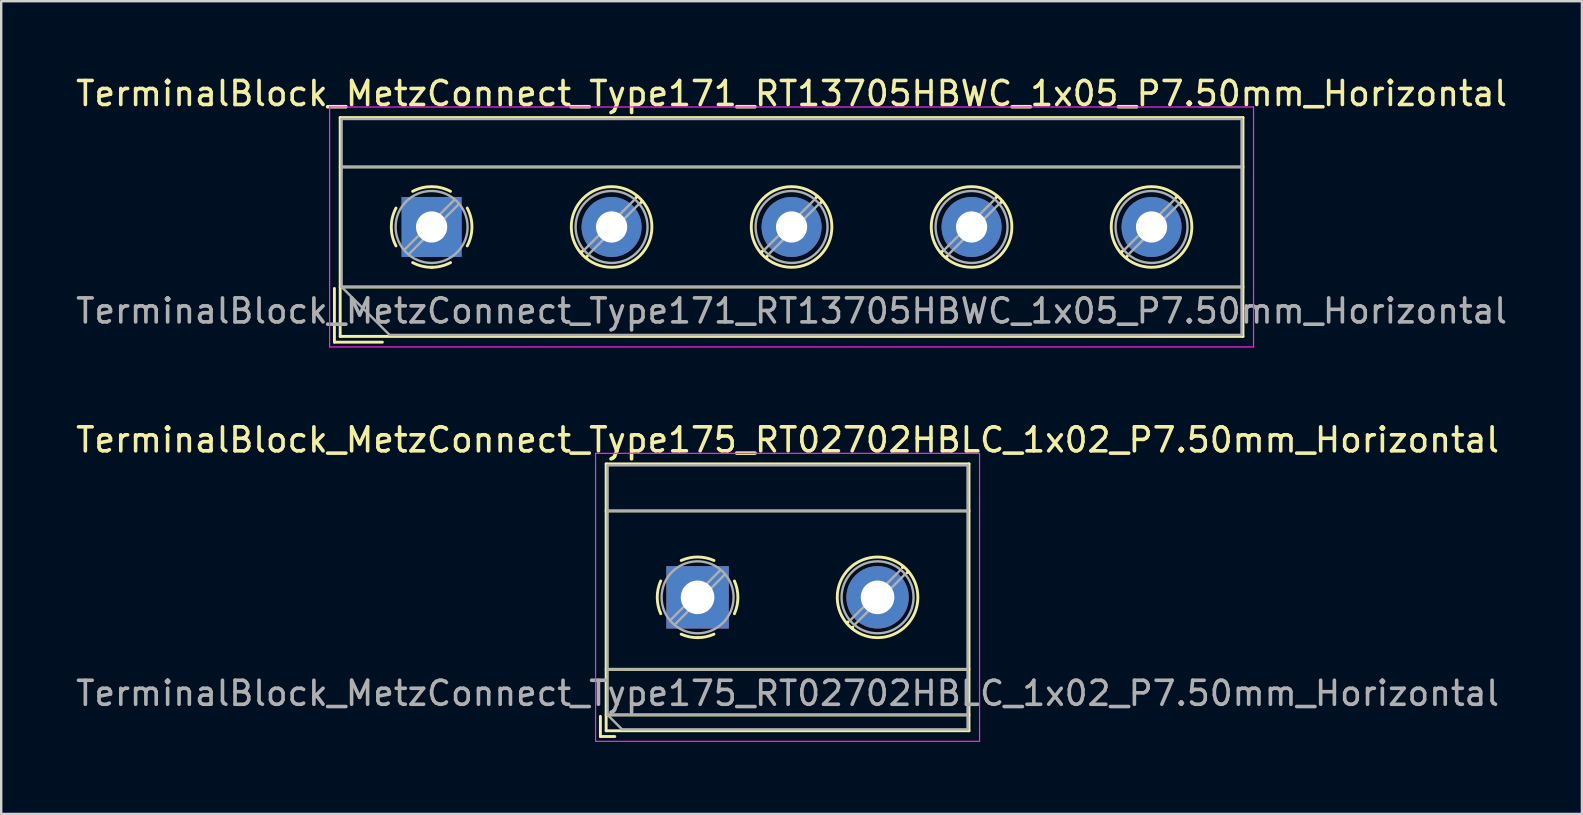
<source format=kicad_pcb>
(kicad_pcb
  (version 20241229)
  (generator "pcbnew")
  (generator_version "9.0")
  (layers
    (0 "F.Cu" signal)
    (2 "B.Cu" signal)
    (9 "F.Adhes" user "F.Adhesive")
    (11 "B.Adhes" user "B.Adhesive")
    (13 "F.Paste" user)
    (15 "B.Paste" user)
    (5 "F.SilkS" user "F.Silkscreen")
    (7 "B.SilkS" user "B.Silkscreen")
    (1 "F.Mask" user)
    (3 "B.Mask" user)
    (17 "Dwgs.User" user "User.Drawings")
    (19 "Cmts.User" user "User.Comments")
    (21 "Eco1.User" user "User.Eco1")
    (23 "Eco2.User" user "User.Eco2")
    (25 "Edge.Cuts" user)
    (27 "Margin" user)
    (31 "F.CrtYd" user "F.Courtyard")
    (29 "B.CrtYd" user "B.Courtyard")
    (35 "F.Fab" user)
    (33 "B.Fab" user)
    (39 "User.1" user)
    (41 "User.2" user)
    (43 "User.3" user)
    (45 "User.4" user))
  (footprint "TerminalBlock_MetzConnect_Type175_RT02702HBLC_1x02_P7.50mm_Horizontal"
    (layer "F.Cu")
    (at 26.018 21.841)
    (property "Reference" "TerminalBlock_MetzConnect_Type175_RT02702HBLC_1x02_P7.50mm_Horizontal" (at 3.75 -6.56 0) (layer "F.SilkS") (effects (font (size 1 1) (thickness 0.15))))
    (attr through_hole)
    (fp_line (start -4.05 4.96) (end -4.05 5.8) (stroke (width 0.12) (type solid)) (layer "F.SilkS"))
    (fp_line (start -4.05 5.8) (end -3.45 5.8) (stroke (width 0.12) (type solid)) (layer "F.SilkS"))
    (fp_line (start -3.81 -5.56) (end -3.81 5.56) (stroke (width 0.12) (type solid)) (layer "F.SilkS"))
    (fp_line (start -3.81 -5.56) (end 11.31 -5.56) (stroke (width 0.12) (type solid)) (layer "F.SilkS"))
    (fp_line (start -3.81 -3.6) (end 11.31 -3.6) (stroke (width 0.12) (type solid)) (layer "F.SilkS"))
    (fp_line (start -3.81 3) (end 11.31 3) (stroke (width 0.12) (type solid)) (layer "F.SilkS"))
    (fp_line (start -3.81 4.9) (end 11.31 4.9) (stroke (width 0.12) (type solid)) (layer "F.SilkS"))
    (fp_line (start -3.81 5.56) (end 11.31 5.56) (stroke (width 0.12) (type solid)) (layer "F.SilkS"))
    (fp_line (start 6.273 1.023) (end 6.226 1.069) (stroke (width 0.12) (type solid)) (layer "F.SilkS"))
    (fp_line (start 6.466 1.239) (end 6.431 1.274) (stroke (width 0.12) (type solid)) (layer "F.SilkS"))
    (fp_line (start 8.57 -1.275) (end 8.535 -1.239) (stroke (width 0.12) (type solid)) (layer "F.SilkS"))
    (fp_line (start 8.775 -1.069) (end 8.728 -1.023) (stroke (width 0.12) (type solid)) (layer "F.SilkS"))
    (fp_line (start 11.31 -5.56) (end 11.31 5.56) (stroke (width 0.12) (type solid)) (layer "F.SilkS"))
    (fp_arc (start -1.535427 0.683042) (mid -1.680501 -0.000524) (end -1.535 -0.684) (stroke (width 0.12) (type solid)) (layer "F.SilkS"))
    (fp_arc (start -0.683042 -1.535427) (mid 0.000524 -1.680501) (end 0.684 -1.535) (stroke (width 0.12) (type solid)) (layer "F.SilkS"))
    (fp_arc (start 0.028805 1.680253) (mid -0.335551 1.646659) (end -0.684 1.535) (stroke (width 0.12) (type solid)) (layer "F.SilkS"))
    (fp_arc (start 0.683318 1.534756) (mid 0.349292 1.643288) (end 0 1.68) (stroke (width 0.12) (type solid)) (layer "F.SilkS"))
    (fp_arc (start 1.535427 -0.683042) (mid 1.680501 0.000524) (end 1.535 0.684) (stroke (width 0.12) (type solid)) (layer "F.SilkS"))
    (fp_circle (center 7.5 0) (end 9.18 0) (stroke (width 0.12) (type solid)) (fill no) (layer "F.SilkS"))
    (fp_line (start -4.25 -6) (end -4.25 6) (stroke (width 0.05) (type solid)) (layer "F.CrtYd"))
    (fp_line (start -4.25 6) (end 11.75 6) (stroke (width 0.05) (type solid)) (layer "F.CrtYd"))
    (fp_line (start 11.75 -6) (end -4.25 -6) (stroke (width 0.05) (type solid)) (layer "F.CrtYd"))
    (fp_line (start 11.75 6) (end 11.75 -6) (stroke (width 0.05) (type solid)) (layer "F.CrtYd"))
    (fp_line (start -3.75 -5.5) (end 11.25 -5.5) (stroke (width 0.1) (type solid)) (layer "F.Fab"))
    (fp_line (start -3.75 -3.6) (end 11.25 -3.6) (stroke (width 0.1) (type solid)) (layer "F.Fab"))
    (fp_line (start -3.75 3) (end 11.25 3) (stroke (width 0.1) (type solid)) (layer "F.Fab"))
    (fp_line (start -3.75 4.9) (end -3.75 -5.5) (stroke (width 0.1) (type solid)) (layer "F.Fab"))
    (fp_line (start -3.75 4.9) (end 11.25 4.9) (stroke (width 0.1) (type solid)) (layer "F.Fab"))
    (fp_line (start -3.15 5.5) (end -3.75 4.9) (stroke (width 0.1) (type solid)) (layer "F.Fab"))
    (fp_line (start 0.955 -1.138) (end -1.138 0.955) (stroke (width 0.1) (type solid)) (layer "F.Fab"))
    (fp_line (start 1.138 -0.955) (end -0.955 1.138) (stroke (width 0.1) (type solid)) (layer "F.Fab"))
    (fp_line (start 8.455 -1.138) (end 6.363 0.955) (stroke (width 0.1) (type solid)) (layer "F.Fab"))
    (fp_line (start 8.638 -0.955) (end 6.546 1.138) (stroke (width 0.1) (type solid)) (layer "F.Fab"))
    (fp_line (start 11.25 -5.5) (end 11.25 5.5) (stroke (width 0.1) (type solid)) (layer "F.Fab"))
    (fp_line (start 11.25 5.5) (end -3.15 5.5) (stroke (width 0.1) (type solid)) (layer "F.Fab"))
    (fp_circle (center 0 0) (end 1.5 0) (stroke (width 0.1) (type solid)) (fill no) (layer "F.Fab"))
    (fp_circle (center 7.5 0) (end 9 0) (stroke (width 0.1) (type solid)) (fill no) (layer "F.Fab"))
    (fp_text user "${REFERENCE}" (at 3.75 4 0) (layer "F.Fab") (effects (font (size 1 1) (thickness 0.15))))
    (pad "1" thru_hole rect (at 0 0) (size 2.6 2.6) (drill 1.4) (layers "*.Cu" "*.Mask"))
    (pad "2" thru_hole circle (at 7.5 0) (size 2.6 2.6) (drill 1.4) (layers "*.Cu" "*.Mask")))
  (footprint "TerminalBlock_MetzConnect_Type171_RT13705HBWC_1x05_P7.50mm_Horizontal"
    (layer "F.Cu")
    (at 14.935 6.408)
    (property "Reference" "TerminalBlock_MetzConnect_Type171_RT13705HBWC_1x05_P7.50mm_Horizontal" (at 15 -5.56 0) (layer "F.SilkS") (effects (font (size 1 1) (thickness 0.15))))
    (attr through_hole)
    (fp_line (start -4.05 2.56) (end -4.05 4.8) (stroke (width 0.12) (type solid)) (layer "F.SilkS"))
    (fp_line (start -4.05 4.8) (end -2.05 4.8) (stroke (width 0.12) (type solid)) (layer "F.SilkS"))
    (fp_line (start -3.81 -4.56) (end -3.81 4.56) (stroke (width 0.12) (type solid)) (layer "F.SilkS"))
    (fp_line (start -3.81 -4.56) (end 33.81 -4.56) (stroke (width 0.12) (type solid)) (layer "F.SilkS"))
    (fp_line (start -3.81 -2.5) (end 33.81 -2.5) (stroke (width 0.12) (type solid)) (layer "F.SilkS"))
    (fp_line (start -3.81 2.5) (end 33.81 2.5) (stroke (width 0.12) (type solid)) (layer "F.SilkS"))
    (fp_line (start -3.81 4.56) (end 33.81 4.56) (stroke (width 0.12) (type solid)) (layer "F.SilkS"))
    (fp_line (start 6.32 0.976) (end 6.226 1.069) (stroke (width 0.12) (type solid)) (layer "F.SilkS"))
    (fp_line (start 6.49 1.216) (end 6.431 1.274) (stroke (width 0.12) (type solid)) (layer "F.SilkS"))
    (fp_line (start 8.57 -1.275) (end 8.511 -1.216) (stroke (width 0.12) (type solid)) (layer "F.SilkS"))
    (fp_line (start 8.775 -1.069) (end 8.681 -0.976) (stroke (width 0.12) (type solid)) (layer "F.SilkS"))
    (fp_line (start 13.82 0.976) (end 13.726 1.069) (stroke (width 0.12) (type solid)) (layer "F.SilkS"))
    (fp_line (start 13.99 1.216) (end 13.931 1.274) (stroke (width 0.12) (type solid)) (layer "F.SilkS"))
    (fp_line (start 16.07 -1.275) (end 16.011 -1.216) (stroke (width 0.12) (type solid)) (layer "F.SilkS"))
    (fp_line (start 16.275 -1.069) (end 16.181 -0.976) (stroke (width 0.12) (type solid)) (layer "F.SilkS"))
    (fp_line (start 21.32 0.976) (end 21.226 1.069) (stroke (width 0.12) (type solid)) (layer "F.SilkS"))
    (fp_line (start 21.49 1.216) (end 21.431 1.274) (stroke (width 0.12) (type solid)) (layer "F.SilkS"))
    (fp_line (start 23.57 -1.275) (end 23.511 -1.216) (stroke (width 0.12) (type solid)) (layer "F.SilkS"))
    (fp_line (start 23.775 -1.069) (end 23.681 -0.976) (stroke (width 0.12) (type solid)) (layer "F.SilkS"))
    (fp_line (start 28.82 0.976) (end 28.726 1.069) (stroke (width 0.12) (type solid)) (layer "F.SilkS"))
    (fp_line (start 28.99 1.216) (end 28.931 1.274) (stroke (width 0.12) (type solid)) (layer "F.SilkS"))
    (fp_line (start 31.07 -1.275) (end 31.011 -1.216) (stroke (width 0.12) (type solid)) (layer "F.SilkS"))
    (fp_line (start 31.275 -1.069) (end 31.181 -0.976) (stroke (width 0.12) (type solid)) (layer "F.SilkS"))
    (fp_line (start 33.81 -4.56) (end 33.81 4.56) (stroke (width 0.12) (type solid)) (layer "F.SilkS"))
    (fp_arc (start -1.483953 0.789089) (mid -1.680708 0.00005) (end -1.484 -0.789) (stroke (width 0.12) (type solid)) (layer "F.SilkS"))
    (fp_arc (start -0.789089 -1.483953) (mid -0.00005 -1.680708) (end 0.789 -1.484) (stroke (width 0.12) (type solid)) (layer "F.SilkS"))
    (fp_arc (start 0.029383 1.68045) (mid -0.392304 1.634281) (end -0.789 1.484) (stroke (width 0.12) (type solid)) (layer "F.SilkS"))
    (fp_arc (start 0.788712 1.483352) (mid 0.406429 1.630097) (end 0 1.68) (stroke (width 0.12) (type solid)) (layer "F.SilkS"))
    (fp_arc (start 1.483953 -0.789089) (mid 1.680708 -0.00005) (end 1.484 0.789) (stroke (width 0.12) (type solid)) (layer "F.SilkS"))
    (fp_circle (center 7.5 0) (end 9.18 0) (stroke (width 0.12) (type solid)) (fill no) (layer "F.SilkS"))
    (fp_circle (center 15 0) (end 16.68 0) (stroke (width 0.12) (type solid)) (fill no) (layer "F.SilkS"))
    (fp_circle (center 22.5 0) (end 24.18 0) (stroke (width 0.12) (type solid)) (fill no) (layer "F.SilkS"))
    (fp_circle (center 30 0) (end 31.68 0) (stroke (width 0.12) (type solid)) (fill no) (layer "F.SilkS"))
    (fp_line (start -4.25 -5) (end -4.25 5) (stroke (width 0.05) (type solid)) (layer "F.CrtYd"))
    (fp_line (start -4.25 5) (end 34.25 5) (stroke (width 0.05) (type solid)) (layer "F.CrtYd"))
    (fp_line (start 34.25 -5) (end -4.25 -5) (stroke (width 0.05) (type solid)) (layer "F.CrtYd"))
    (fp_line (start 34.25 5) (end 34.25 -5) (stroke (width 0.05) (type solid)) (layer "F.CrtYd"))
    (fp_line (start -3.75 -4.5) (end 33.75 -4.5) (stroke (width 0.1) (type solid)) (layer "F.Fab"))
    (fp_line (start -3.75 -2.5) (end 33.75 -2.5) (stroke (width 0.1) (type solid)) (layer "F.Fab"))
    (fp_line (start -3.75 2.5) (end -3.75 -4.5) (stroke (width 0.1) (type solid)) (layer "F.Fab"))
    (fp_line (start -3.75 2.5) (end 33.75 2.5) (stroke (width 0.1) (type solid)) (layer "F.Fab"))
    (fp_line (start -1.75 4.5) (end -3.75 2.5) (stroke (width 0.1) (type solid)) (layer "F.Fab"))
    (fp_line (start 0.955 -1.138) (end -1.138 0.955) (stroke (width 0.1) (type solid)) (layer "F.Fab"))
    (fp_line (start 1.138 -0.955) (end -0.955 1.138) (stroke (width 0.1) (type solid)) (layer "F.Fab"))
    (fp_line (start 8.455 -1.138) (end 6.363 0.955) (stroke (width 0.1) (type solid)) (layer "F.Fab"))
    (fp_line (start 8.638 -0.955) (end 6.546 1.138) (stroke (width 0.1) (type solid)) (layer "F.Fab"))
    (fp_line (start 15.955 -1.138) (end 13.863 0.955) (stroke (width 0.1) (type solid)) (layer "F.Fab"))
    (fp_line (start 16.138 -0.955) (end 14.046 1.138) (stroke (width 0.1) (type solid)) (layer "F.Fab"))
    (fp_line (start 23.455 -1.138) (end 21.363 0.955) (stroke (width 0.1) (type solid)) (layer "F.Fab"))
    (fp_line (start 23.638 -0.955) (end 21.546 1.138) (stroke (width 0.1) (type solid)) (layer "F.Fab"))
    (fp_line (start 30.955 -1.138) (end 28.863 0.955) (stroke (width 0.1) (type solid)) (layer "F.Fab"))
    (fp_line (start 31.138 -0.955) (end 29.046 1.138) (stroke (width 0.1) (type solid)) (layer "F.Fab"))
    (fp_line (start 33.75 -4.5) (end 33.75 4.5) (stroke (width 0.1) (type solid)) (layer "F.Fab"))
    (fp_line (start 33.75 4.5) (end -1.75 4.5) (stroke (width 0.1) (type solid)) (layer "F.Fab"))
    (fp_circle (center 0 0) (end 1.5 0) (stroke (width 0.1) (type solid)) (fill no) (layer "F.Fab"))
    (fp_circle (center 7.5 0) (end 9 0) (stroke (width 0.1) (type solid)) (fill no) (layer "F.Fab"))
    (fp_circle (center 15 0) (end 16.5 0) (stroke (width 0.1) (type solid)) (fill no) (layer "F.Fab"))
    (fp_circle (center 22.5 0) (end 24 0) (stroke (width 0.1) (type solid)) (fill no) (layer "F.Fab"))
    (fp_circle (center 30 0) (end 31.5 0) (stroke (width 0.1) (type solid)) (fill no) (layer "F.Fab"))
    (fp_text user "${REFERENCE}" (at 15 3.5 0) (layer "F.Fab") (effects (font (size 1 1) (thickness 0.15))))
    (pad "1" thru_hole rect (at 0 0) (size 2.5 2.5) (drill 1.3) (layers "*.Cu" "*.Mask"))
    (pad "2" thru_hole circle (at 7.5 0) (size 2.5 2.5) (drill 1.3) (layers "*.Cu" "*.Mask"))
    (pad "3" thru_hole circle (at 15 0) (size 2.5 2.5) (drill 1.3) (layers "*.Cu" "*.Mask"))
    (pad "4" thru_hole circle (at 22.5 0) (size 2.5 2.5) (drill 1.3) (layers "*.Cu" "*.Mask"))
    (pad "5" thru_hole circle (at 30 0) (size 2.5 2.5) (drill 1.3) (layers "*.Cu" "*.Mask")))
  (gr_rect
    (start -3 -3)
    (end 62.869 30.866)
    (stroke (width 0.1) (type default))
    (fill no)
    (layer "Edge.Cuts")))
</source>
